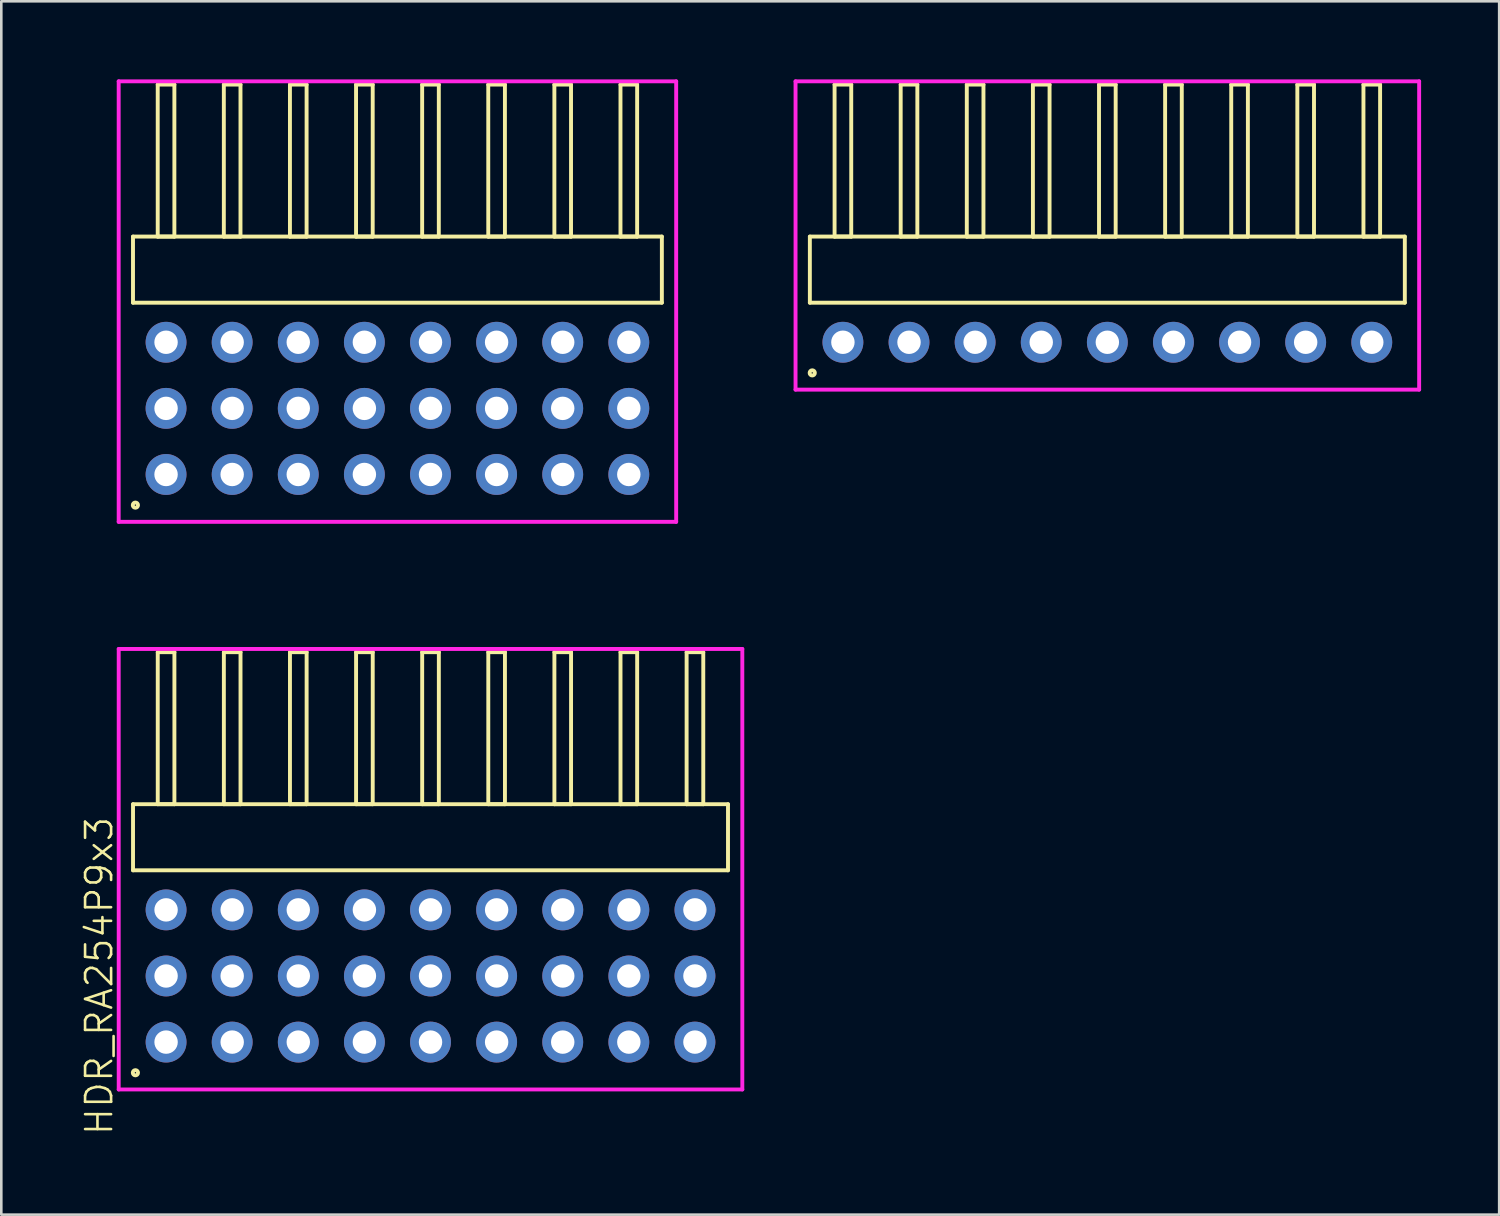
<source format=kicad_pcb>
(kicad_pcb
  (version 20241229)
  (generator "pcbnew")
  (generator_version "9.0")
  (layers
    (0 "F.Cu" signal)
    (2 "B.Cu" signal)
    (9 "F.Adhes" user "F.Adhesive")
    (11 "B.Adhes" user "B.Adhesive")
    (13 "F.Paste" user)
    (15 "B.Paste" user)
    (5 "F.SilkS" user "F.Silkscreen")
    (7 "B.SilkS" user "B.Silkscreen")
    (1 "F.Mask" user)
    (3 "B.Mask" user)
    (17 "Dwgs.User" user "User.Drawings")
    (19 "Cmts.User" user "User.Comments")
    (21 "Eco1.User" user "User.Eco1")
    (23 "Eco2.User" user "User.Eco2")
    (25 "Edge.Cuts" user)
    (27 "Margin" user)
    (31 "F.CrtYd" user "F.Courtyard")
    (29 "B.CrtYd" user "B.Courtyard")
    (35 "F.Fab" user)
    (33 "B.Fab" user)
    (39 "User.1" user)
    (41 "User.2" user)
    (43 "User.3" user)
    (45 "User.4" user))
  (footprint "HDR_RA254P8x3"
    (layer "F.Cu")
    (at 12.22 12.64)
    (property "Reference" "HDR_RA254P8x3" (at -11.46 0 90) (layer "User.1") (effects (font (size 1 1) (thickness 0.1))))
    (attr through_hole)
    (fp_line (start -10.16 -6.6) (end -10.16 -4.06) (stroke (width 0.15) (type solid)) (layer "F.SilkS"))
    (fp_line (start -10.16 -4.06) (end 10.16 -4.06) (stroke (width 0.15) (type solid)) (layer "F.SilkS"))
    (fp_line (start -9.21 -12.44) (end -9.21 -6.6) (stroke (width 0.15) (type solid)) (layer "F.SilkS"))
    (fp_line (start -9.21 -6.6) (end -8.57 -6.6) (stroke (width 0.15) (type solid)) (layer "F.SilkS"))
    (fp_line (start -8.57 -12.44) (end -9.21 -12.44) (stroke (width 0.15) (type solid)) (layer "F.SilkS"))
    (fp_line (start -8.57 -6.6) (end -8.57 -12.44) (stroke (width 0.15) (type solid)) (layer "F.SilkS"))
    (fp_line (start -6.67 -12.44) (end -6.67 -6.6) (stroke (width 0.15) (type solid)) (layer "F.SilkS"))
    (fp_line (start -6.67 -6.6) (end -6.03 -6.6) (stroke (width 0.15) (type solid)) (layer "F.SilkS"))
    (fp_line (start -6.03 -12.44) (end -6.67 -12.44) (stroke (width 0.15) (type solid)) (layer "F.SilkS"))
    (fp_line (start -6.03 -6.6) (end -6.03 -12.44) (stroke (width 0.15) (type solid)) (layer "F.SilkS"))
    (fp_line (start -4.13 -12.44) (end -4.13 -6.6) (stroke (width 0.15) (type solid)) (layer "F.SilkS"))
    (fp_line (start -4.13 -6.6) (end -3.49 -6.6) (stroke (width 0.15) (type solid)) (layer "F.SilkS"))
    (fp_line (start -3.49 -12.44) (end -4.13 -12.44) (stroke (width 0.15) (type solid)) (layer "F.SilkS"))
    (fp_line (start -3.49 -6.6) (end -3.49 -12.44) (stroke (width 0.15) (type solid)) (layer "F.SilkS"))
    (fp_line (start -1.59 -12.44) (end -1.59 -6.6) (stroke (width 0.15) (type solid)) (layer "F.SilkS"))
    (fp_line (start -1.59 -6.6) (end -0.95 -6.6) (stroke (width 0.15) (type solid)) (layer "F.SilkS"))
    (fp_line (start -0.95 -12.44) (end -1.59 -12.44) (stroke (width 0.15) (type solid)) (layer "F.SilkS"))
    (fp_line (start -0.95 -6.6) (end -0.95 -12.44) (stroke (width 0.15) (type solid)) (layer "F.SilkS"))
    (fp_line (start 0.95 -12.44) (end 0.95 -6.6) (stroke (width 0.15) (type solid)) (layer "F.SilkS"))
    (fp_line (start 0.95 -6.6) (end 1.59 -6.6) (stroke (width 0.15) (type solid)) (layer "F.SilkS"))
    (fp_line (start 1.59 -12.44) (end 0.95 -12.44) (stroke (width 0.15) (type solid)) (layer "F.SilkS"))
    (fp_line (start 1.59 -6.6) (end 1.59 -12.44) (stroke (width 0.15) (type solid)) (layer "F.SilkS"))
    (fp_line (start 3.49 -12.44) (end 3.49 -6.6) (stroke (width 0.15) (type solid)) (layer "F.SilkS"))
    (fp_line (start 3.49 -6.6) (end 4.13 -6.6) (stroke (width 0.15) (type solid)) (layer "F.SilkS"))
    (fp_line (start 4.13 -12.44) (end 3.49 -12.44) (stroke (width 0.15) (type solid)) (layer "F.SilkS"))
    (fp_line (start 4.13 -6.6) (end 4.13 -12.44) (stroke (width 0.15) (type solid)) (layer "F.SilkS"))
    (fp_line (start 6.03 -12.44) (end 6.03 -6.6) (stroke (width 0.15) (type solid)) (layer "F.SilkS"))
    (fp_line (start 6.03 -6.6) (end 6.67 -6.6) (stroke (width 0.15) (type solid)) (layer "F.SilkS"))
    (fp_line (start 6.67 -12.44) (end 6.03 -12.44) (stroke (width 0.15) (type solid)) (layer "F.SilkS"))
    (fp_line (start 6.67 -6.6) (end 6.67 -12.44) (stroke (width 0.15) (type solid)) (layer "F.SilkS"))
    (fp_line (start 8.57 -12.44) (end 8.57 -6.6) (stroke (width 0.15) (type solid)) (layer "F.SilkS"))
    (fp_line (start 8.57 -6.6) (end 9.21 -6.6) (stroke (width 0.15) (type solid)) (layer "F.SilkS"))
    (fp_line (start 9.21 -12.44) (end 8.57 -12.44) (stroke (width 0.15) (type solid)) (layer "F.SilkS"))
    (fp_line (start 9.21 -6.6) (end 9.21 -12.44) (stroke (width 0.15) (type solid)) (layer "F.SilkS"))
    (fp_line (start 10.16 -6.6) (end -10.16 -6.6) (stroke (width 0.15) (type solid)) (layer "F.SilkS"))
    (fp_line (start 10.16 -4.06) (end 10.16 -6.6) (stroke (width 0.15) (type solid)) (layer "F.SilkS"))
    (fp_circle (center -10.068 3.718) (end -9.968 3.718) (stroke (width 0.15) (type solid)) (fill no) (layer "F.SilkS"))
    (fp_line (start -10.71 -12.565) (end -10.71 4.36) (stroke (width 0.15) (type solid)) (layer "F.CrtYd"))
    (fp_line (start -10.71 4.36) (end 10.71 4.36) (stroke (width 0.15) (type solid)) (layer "F.CrtYd"))
    (fp_line (start 10.71 -12.565) (end -10.71 -12.565) (stroke (width 0.15) (type solid)) (layer "F.CrtYd"))
    (fp_line (start 10.71 4.36) (end 10.71 -12.565) (stroke (width 0.15) (type solid)) (layer "F.CrtYd"))
    (pad "1" thru_hole oval (at -8.89 2.54) (size 1.57 1.57) (drill 0.9) (layers "*.Cu" "*.Mask"))
    (pad "2" thru_hole oval (at -8.89 0) (size 1.57 1.57) (drill 0.9) (layers "*.Cu" "*.Mask"))
    (pad "3" thru_hole oval (at -8.89 -2.54) (size 1.57 1.57) (drill 0.9) (layers "*.Cu" "*.Mask"))
    (pad "4" thru_hole oval (at -6.35 2.54) (size 1.57 1.57) (drill 0.9) (layers "*.Cu" "*.Mask"))
    (pad "5" thru_hole oval (at -6.35 0) (size 1.57 1.57) (drill 0.9) (layers "*.Cu" "*.Mask"))
    (pad "6" thru_hole oval (at -6.35 -2.54) (size 1.57 1.57) (drill 0.9) (layers "*.Cu" "*.Mask"))
    (pad "7" thru_hole oval (at -3.81 2.54) (size 1.57 1.57) (drill 0.9) (layers "*.Cu" "*.Mask"))
    (pad "8" thru_hole oval (at -3.81 0) (size 1.57 1.57) (drill 0.9) (layers "*.Cu" "*.Mask"))
    (pad "9" thru_hole oval (at -3.81 -2.54) (size 1.57 1.57) (drill 0.9) (layers "*.Cu" "*.Mask"))
    (pad "10" thru_hole oval (at -1.27 2.54) (size 1.57 1.57) (drill 0.9) (layers "*.Cu" "*.Mask"))
    (pad "11" thru_hole oval (at -1.27 0) (size 1.57 1.57) (drill 0.9) (layers "*.Cu" "*.Mask"))
    (pad "12" thru_hole oval (at -1.27 -2.54) (size 1.57 1.57) (drill 0.9) (layers "*.Cu" "*.Mask"))
    (pad "13" thru_hole oval (at 1.27 2.54) (size 1.57 1.57) (drill 0.9) (layers "*.Cu" "*.Mask"))
    (pad "14" thru_hole oval (at 1.27 0) (size 1.57 1.57) (drill 0.9) (layers "*.Cu" "*.Mask"))
    (pad "15" thru_hole oval (at 1.27 -2.54) (size 1.57 1.57) (drill 0.9) (layers "*.Cu" "*.Mask"))
    (pad "16" thru_hole oval (at 3.81 2.54) (size 1.57 1.57) (drill 0.9) (layers "*.Cu" "*.Mask"))
    (pad "17" thru_hole oval (at 3.81 0) (size 1.57 1.57) (drill 0.9) (layers "*.Cu" "*.Mask"))
    (pad "18" thru_hole oval (at 3.81 -2.54) (size 1.57 1.57) (drill 0.9) (layers "*.Cu" "*.Mask"))
    (pad "19" thru_hole oval (at 6.35 2.54) (size 1.57 1.57) (drill 0.9) (layers "*.Cu" "*.Mask"))
    (pad "20" thru_hole oval (at 6.35 0) (size 1.57 1.57) (drill 0.9) (layers "*.Cu" "*.Mask"))
    (pad "21" thru_hole oval (at 6.35 -2.54) (size 1.57 1.57) (drill 0.9) (layers "*.Cu" "*.Mask"))
    (pad "22" thru_hole oval (at 8.89 2.54) (size 1.57 1.57) (drill 0.9) (layers "*.Cu" "*.Mask"))
    (pad "23" thru_hole oval (at 8.89 0) (size 1.57 1.57) (drill 0.9) (layers "*.Cu" "*.Mask"))
    (pad "24" thru_hole oval (at 8.89 -2.54) (size 1.57 1.57) (drill 0.9) (layers "*.Cu" "*.Mask")))
  (footprint "HDR_RA254P9x3"
    (layer "F.Cu")
    (at 13.491 34.449)
    (property "Reference" "HDR_RA254P9x3" (at -12.73 0 90) (layer "F.SilkS") (effects (font (size 1 1) (thickness 0.1))))
    (attr through_hole)
    (fp_line (start -11.43 -6.6) (end -11.43 -4.06) (stroke (width 0.15) (type solid)) (layer "F.SilkS"))
    (fp_line (start -11.43 -4.06) (end 11.43 -4.06) (stroke (width 0.15) (type solid)) (layer "F.SilkS"))
    (fp_line (start -10.48 -12.44) (end -10.48 -6.6) (stroke (width 0.15) (type solid)) (layer "F.SilkS"))
    (fp_line (start -10.48 -6.6) (end -9.84 -6.6) (stroke (width 0.15) (type solid)) (layer "F.SilkS"))
    (fp_line (start -9.84 -12.44) (end -10.48 -12.44) (stroke (width 0.15) (type solid)) (layer "F.SilkS"))
    (fp_line (start -9.84 -6.6) (end -9.84 -12.44) (stroke (width 0.15) (type solid)) (layer "F.SilkS"))
    (fp_line (start -7.94 -12.44) (end -7.94 -6.6) (stroke (width 0.15) (type solid)) (layer "F.SilkS"))
    (fp_line (start -7.94 -6.6) (end -7.3 -6.6) (stroke (width 0.15) (type solid)) (layer "F.SilkS"))
    (fp_line (start -7.3 -12.44) (end -7.94 -12.44) (stroke (width 0.15) (type solid)) (layer "F.SilkS"))
    (fp_line (start -7.3 -6.6) (end -7.3 -12.44) (stroke (width 0.15) (type solid)) (layer "F.SilkS"))
    (fp_line (start -5.4 -12.44) (end -5.4 -6.6) (stroke (width 0.15) (type solid)) (layer "F.SilkS"))
    (fp_line (start -5.4 -6.6) (end -4.76 -6.6) (stroke (width 0.15) (type solid)) (layer "F.SilkS"))
    (fp_line (start -4.76 -12.44) (end -5.4 -12.44) (stroke (width 0.15) (type solid)) (layer "F.SilkS"))
    (fp_line (start -4.76 -6.6) (end -4.76 -12.44) (stroke (width 0.15) (type solid)) (layer "F.SilkS"))
    (fp_line (start -2.86 -12.44) (end -2.86 -6.6) (stroke (width 0.15) (type solid)) (layer "F.SilkS"))
    (fp_line (start -2.86 -6.6) (end -2.22 -6.6) (stroke (width 0.15) (type solid)) (layer "F.SilkS"))
    (fp_line (start -2.22 -12.44) (end -2.86 -12.44) (stroke (width 0.15) (type solid)) (layer "F.SilkS"))
    (fp_line (start -2.22 -6.6) (end -2.22 -12.44) (stroke (width 0.15) (type solid)) (layer "F.SilkS"))
    (fp_line (start -0.32 -12.44) (end -0.32 -6.6) (stroke (width 0.15) (type solid)) (layer "F.SilkS"))
    (fp_line (start -0.32 -6.6) (end 0.32 -6.6) (stroke (width 0.15) (type solid)) (layer "F.SilkS"))
    (fp_line (start 0.32 -12.44) (end -0.32 -12.44) (stroke (width 0.15) (type solid)) (layer "F.SilkS"))
    (fp_line (start 0.32 -6.6) (end 0.32 -12.44) (stroke (width 0.15) (type solid)) (layer "F.SilkS"))
    (fp_line (start 2.22 -12.44) (end 2.22 -6.6) (stroke (width 0.15) (type solid)) (layer "F.SilkS"))
    (fp_line (start 2.22 -6.6) (end 2.86 -6.6) (stroke (width 0.15) (type solid)) (layer "F.SilkS"))
    (fp_line (start 2.86 -12.44) (end 2.22 -12.44) (stroke (width 0.15) (type solid)) (layer "F.SilkS"))
    (fp_line (start 2.86 -6.6) (end 2.86 -12.44) (stroke (width 0.15) (type solid)) (layer "F.SilkS"))
    (fp_line (start 4.76 -12.44) (end 4.76 -6.6) (stroke (width 0.15) (type solid)) (layer "F.SilkS"))
    (fp_line (start 4.76 -6.6) (end 5.4 -6.6) (stroke (width 0.15) (type solid)) (layer "F.SilkS"))
    (fp_line (start 5.4 -12.44) (end 4.76 -12.44) (stroke (width 0.15) (type solid)) (layer "F.SilkS"))
    (fp_line (start 5.4 -6.6) (end 5.4 -12.44) (stroke (width 0.15) (type solid)) (layer "F.SilkS"))
    (fp_line (start 7.3 -12.44) (end 7.3 -6.6) (stroke (width 0.15) (type solid)) (layer "F.SilkS"))
    (fp_line (start 7.3 -6.6) (end 7.94 -6.6) (stroke (width 0.15) (type solid)) (layer "F.SilkS"))
    (fp_line (start 7.94 -12.44) (end 7.3 -12.44) (stroke (width 0.15) (type solid)) (layer "F.SilkS"))
    (fp_line (start 7.94 -6.6) (end 7.94 -12.44) (stroke (width 0.15) (type solid)) (layer "F.SilkS"))
    (fp_line (start 9.84 -12.44) (end 9.84 -6.6) (stroke (width 0.15) (type solid)) (layer "F.SilkS"))
    (fp_line (start 9.84 -6.6) (end 10.48 -6.6) (stroke (width 0.15) (type solid)) (layer "F.SilkS"))
    (fp_line (start 10.48 -12.44) (end 9.84 -12.44) (stroke (width 0.15) (type solid)) (layer "F.SilkS"))
    (fp_line (start 10.48 -6.6) (end 10.48 -12.44) (stroke (width 0.15) (type solid)) (layer "F.SilkS"))
    (fp_line (start 11.43 -6.6) (end -11.43 -6.6) (stroke (width 0.15) (type solid)) (layer "F.SilkS"))
    (fp_line (start 11.43 -4.06) (end 11.43 -6.6) (stroke (width 0.15) (type solid)) (layer "F.SilkS"))
    (fp_circle (center -11.338 3.718) (end -11.238 3.718) (stroke (width 0.15) (type solid)) (fill no) (layer "F.SilkS"))
    (fp_line (start -11.98 -12.565) (end -11.98 4.36) (stroke (width 0.15) (type solid)) (layer "F.CrtYd"))
    (fp_line (start -11.98 4.36) (end 11.98 4.36) (stroke (width 0.15) (type solid)) (layer "F.CrtYd"))
    (fp_line (start 11.98 -12.565) (end -11.98 -12.565) (stroke (width 0.15) (type solid)) (layer "F.CrtYd"))
    (fp_line (start 11.98 4.36) (end 11.98 -12.565) (stroke (width 0.15) (type solid)) (layer "F.CrtYd"))
    (pad "1" thru_hole oval (at -10.16 2.54) (size 1.57 1.57) (drill 0.9) (layers "*.Cu" "*.Mask"))
    (pad "2" thru_hole oval (at -10.16 0) (size 1.57 1.57) (drill 0.9) (layers "*.Cu" "*.Mask"))
    (pad "3" thru_hole oval (at -10.16 -2.54) (size 1.57 1.57) (drill 0.9) (layers "*.Cu" "*.Mask"))
    (pad "4" thru_hole oval (at -7.62 2.54) (size 1.57 1.57) (drill 0.9) (layers "*.Cu" "*.Mask"))
    (pad "5" thru_hole oval (at -7.62 0) (size 1.57 1.57) (drill 0.9) (layers "*.Cu" "*.Mask"))
    (pad "6" thru_hole oval (at -7.62 -2.54) (size 1.57 1.57) (drill 0.9) (layers "*.Cu" "*.Mask"))
    (pad "7" thru_hole oval (at -5.08 2.54) (size 1.57 1.57) (drill 0.9) (layers "*.Cu" "*.Mask"))
    (pad "8" thru_hole oval (at -5.08 0) (size 1.57 1.57) (drill 0.9) (layers "*.Cu" "*.Mask"))
    (pad "9" thru_hole oval (at -5.08 -2.54) (size 1.57 1.57) (drill 0.9) (layers "*.Cu" "*.Mask"))
    (pad "10" thru_hole oval (at -2.54 2.54) (size 1.57 1.57) (drill 0.9) (layers "*.Cu" "*.Mask"))
    (pad "11" thru_hole oval (at -2.54 0) (size 1.57 1.57) (drill 0.9) (layers "*.Cu" "*.Mask"))
    (pad "12" thru_hole oval (at -2.54 -2.54) (size 1.57 1.57) (drill 0.9) (layers "*.Cu" "*.Mask"))
    (pad "13" thru_hole oval (at 0 2.54) (size 1.57 1.57) (drill 0.9) (layers "*.Cu" "*.Mask"))
    (pad "14" thru_hole oval (at 0 0) (size 1.57 1.57) (drill 0.9) (layers "*.Cu" "*.Mask"))
    (pad "15" thru_hole oval (at 0 -2.54) (size 1.57 1.57) (drill 0.9) (layers "*.Cu" "*.Mask"))
    (pad "16" thru_hole oval (at 2.54 2.54) (size 1.57 1.57) (drill 0.9) (layers "*.Cu" "*.Mask"))
    (pad "17" thru_hole oval (at 2.54 0) (size 1.57 1.57) (drill 0.9) (layers "*.Cu" "*.Mask"))
    (pad "18" thru_hole oval (at 2.54 -2.54) (size 1.57 1.57) (drill 0.9) (layers "*.Cu" "*.Mask"))
    (pad "19" thru_hole oval (at 5.08 2.54) (size 1.57 1.57) (drill 0.9) (layers "*.Cu" "*.Mask"))
    (pad "20" thru_hole oval (at 5.08 0) (size 1.57 1.57) (drill 0.9) (layers "*.Cu" "*.Mask"))
    (pad "21" thru_hole oval (at 5.08 -2.54) (size 1.57 1.57) (drill 0.9) (layers "*.Cu" "*.Mask"))
    (pad "22" thru_hole oval (at 7.62 2.54) (size 1.57 1.57) (drill 0.9) (layers "*.Cu" "*.Mask"))
    (pad "23" thru_hole oval (at 7.62 0) (size 1.57 1.57) (drill 0.9) (layers "*.Cu" "*.Mask"))
    (pad "24" thru_hole oval (at 7.62 -2.54) (size 1.57 1.57) (drill 0.9) (layers "*.Cu" "*.Mask"))
    (pad "25" thru_hole oval (at 10.16 2.54) (size 1.57 1.57) (drill 0.9) (layers "*.Cu" "*.Mask"))
    (pad "26" thru_hole oval (at 10.16 0) (size 1.57 1.57) (drill 0.9) (layers "*.Cu" "*.Mask"))
    (pad "27" thru_hole oval (at 10.16 -2.54) (size 1.57 1.57) (drill 0.9) (layers "*.Cu" "*.Mask")))
  (footprint "HDR_RA254P9x1"
    (layer "F.Cu")
    (at 39.496 10.1)
    (property "Reference" "HDR_RA254P9x1" (at -12.73 0 90) (layer "User.1") (effects (font (size 1 1) (thickness 0.1))))
    (attr through_hole)
    (fp_line (start -11.43 -4.06) (end -11.43 -1.52) (stroke (width 0.15) (type solid)) (layer "F.SilkS"))
    (fp_line (start -11.43 -1.52) (end 11.43 -1.52) (stroke (width 0.15) (type solid)) (layer "F.SilkS"))
    (fp_line (start -10.48 -9.9) (end -10.48 -4.06) (stroke (width 0.15) (type solid)) (layer "F.SilkS"))
    (fp_line (start -10.48 -4.06) (end -9.84 -4.06) (stroke (width 0.15) (type solid)) (layer "F.SilkS"))
    (fp_line (start -9.84 -9.9) (end -10.48 -9.9) (stroke (width 0.15) (type solid)) (layer "F.SilkS"))
    (fp_line (start -9.84 -4.06) (end -9.84 -9.9) (stroke (width 0.15) (type solid)) (layer "F.SilkS"))
    (fp_line (start -7.94 -9.9) (end -7.94 -4.06) (stroke (width 0.15) (type solid)) (layer "F.SilkS"))
    (fp_line (start -7.94 -4.06) (end -7.3 -4.06) (stroke (width 0.15) (type solid)) (layer "F.SilkS"))
    (fp_line (start -7.3 -9.9) (end -7.94 -9.9) (stroke (width 0.15) (type solid)) (layer "F.SilkS"))
    (fp_line (start -7.3 -4.06) (end -7.3 -9.9) (stroke (width 0.15) (type solid)) (layer "F.SilkS"))
    (fp_line (start -5.4 -9.9) (end -5.4 -4.06) (stroke (width 0.15) (type solid)) (layer "F.SilkS"))
    (fp_line (start -5.4 -4.06) (end -4.76 -4.06) (stroke (width 0.15) (type solid)) (layer "F.SilkS"))
    (fp_line (start -4.76 -9.9) (end -5.4 -9.9) (stroke (width 0.15) (type solid)) (layer "F.SilkS"))
    (fp_line (start -4.76 -4.06) (end -4.76 -9.9) (stroke (width 0.15) (type solid)) (layer "F.SilkS"))
    (fp_line (start -2.86 -9.9) (end -2.86 -4.06) (stroke (width 0.15) (type solid)) (layer "F.SilkS"))
    (fp_line (start -2.86 -4.06) (end -2.22 -4.06) (stroke (width 0.15) (type solid)) (layer "F.SilkS"))
    (fp_line (start -2.22 -9.9) (end -2.86 -9.9) (stroke (width 0.15) (type solid)) (layer "F.SilkS"))
    (fp_line (start -2.22 -4.06) (end -2.22 -9.9) (stroke (width 0.15) (type solid)) (layer "F.SilkS"))
    (fp_line (start -0.32 -9.9) (end -0.32 -4.06) (stroke (width 0.15) (type solid)) (layer "F.SilkS"))
    (fp_line (start -0.32 -4.06) (end 0.32 -4.06) (stroke (width 0.15) (type solid)) (layer "F.SilkS"))
    (fp_line (start 0.32 -9.9) (end -0.32 -9.9) (stroke (width 0.15) (type solid)) (layer "F.SilkS"))
    (fp_line (start 0.32 -4.06) (end 0.32 -9.9) (stroke (width 0.15) (type solid)) (layer "F.SilkS"))
    (fp_line (start 2.22 -9.9) (end 2.22 -4.06) (stroke (width 0.15) (type solid)) (layer "F.SilkS"))
    (fp_line (start 2.22 -4.06) (end 2.86 -4.06) (stroke (width 0.15) (type solid)) (layer "F.SilkS"))
    (fp_line (start 2.86 -9.9) (end 2.22 -9.9) (stroke (width 0.15) (type solid)) (layer "F.SilkS"))
    (fp_line (start 2.86 -4.06) (end 2.86 -9.9) (stroke (width 0.15) (type solid)) (layer "F.SilkS"))
    (fp_line (start 4.76 -9.9) (end 4.76 -4.06) (stroke (width 0.15) (type solid)) (layer "F.SilkS"))
    (fp_line (start 4.76 -4.06) (end 5.4 -4.06) (stroke (width 0.15) (type solid)) (layer "F.SilkS"))
    (fp_line (start 5.4 -9.9) (end 4.76 -9.9) (stroke (width 0.15) (type solid)) (layer "F.SilkS"))
    (fp_line (start 5.4 -4.06) (end 5.4 -9.9) (stroke (width 0.15) (type solid)) (layer "F.SilkS"))
    (fp_line (start 7.3 -9.9) (end 7.3 -4.06) (stroke (width 0.15) (type solid)) (layer "F.SilkS"))
    (fp_line (start 7.3 -4.06) (end 7.94 -4.06) (stroke (width 0.15) (type solid)) (layer "F.SilkS"))
    (fp_line (start 7.94 -9.9) (end 7.3 -9.9) (stroke (width 0.15) (type solid)) (layer "F.SilkS"))
    (fp_line (start 7.94 -4.06) (end 7.94 -9.9) (stroke (width 0.15) (type solid)) (layer "F.SilkS"))
    (fp_line (start 9.84 -9.9) (end 9.84 -4.06) (stroke (width 0.15) (type solid)) (layer "F.SilkS"))
    (fp_line (start 9.84 -4.06) (end 10.48 -4.06) (stroke (width 0.15) (type solid)) (layer "F.SilkS"))
    (fp_line (start 10.48 -9.9) (end 9.84 -9.9) (stroke (width 0.15) (type solid)) (layer "F.SilkS"))
    (fp_line (start 10.48 -4.06) (end 10.48 -9.9) (stroke (width 0.15) (type solid)) (layer "F.SilkS"))
    (fp_line (start 11.43 -4.06) (end -11.43 -4.06) (stroke (width 0.15) (type solid)) (layer "F.SilkS"))
    (fp_line (start 11.43 -1.52) (end 11.43 -4.06) (stroke (width 0.15) (type solid)) (layer "F.SilkS"))
    (fp_circle (center -11.338 1.177) (end -11.238 1.177) (stroke (width 0.15) (type solid)) (fill no) (layer "F.SilkS"))
    (fp_line (start -11.98 -10.025) (end -11.98 1.82) (stroke (width 0.15) (type solid)) (layer "F.CrtYd"))
    (fp_line (start -11.98 1.82) (end 11.98 1.82) (stroke (width 0.15) (type solid)) (layer "F.CrtYd"))
    (fp_line (start 11.98 -10.025) (end -11.98 -10.025) (stroke (width 0.15) (type solid)) (layer "F.CrtYd"))
    (fp_line (start 11.98 1.82) (end 11.98 -10.025) (stroke (width 0.15) (type solid)) (layer "F.CrtYd"))
    (pad "1" thru_hole oval (at -10.16 0) (size 1.57 1.57) (drill 0.9) (layers "*.Cu" "*.Mask"))
    (pad "2" thru_hole oval (at -7.62 0) (size 1.57 1.57) (drill 0.9) (layers "*.Cu" "*.Mask"))
    (pad "3" thru_hole oval (at -5.08 0) (size 1.57 1.57) (drill 0.9) (layers "*.Cu" "*.Mask"))
    (pad "4" thru_hole oval (at -2.54 0) (size 1.57 1.57) (drill 0.9) (layers "*.Cu" "*.Mask"))
    (pad "5" thru_hole oval (at 0 0) (size 1.57 1.57) (drill 0.9) (layers "*.Cu" "*.Mask"))
    (pad "6" thru_hole oval (at 2.54 0) (size 1.57 1.57) (drill 0.9) (layers "*.Cu" "*.Mask"))
    (pad "7" thru_hole oval (at 5.08 0) (size 1.57 1.57) (drill 0.9) (layers "*.Cu" "*.Mask"))
    (pad "8" thru_hole oval (at 7.62 0) (size 1.57 1.57) (drill 0.9) (layers "*.Cu" "*.Mask"))
    (pad "9" thru_hole oval (at 10.16 0) (size 1.57 1.57) (drill 0.9) (layers "*.Cu" "*.Mask")))
  (gr_rect
    (start -3 -3)
    (end 54.551 43.618)
    (stroke (width 0.1) (type default))
    (fill no)
    (layer "Edge.Cuts")))
</source>
